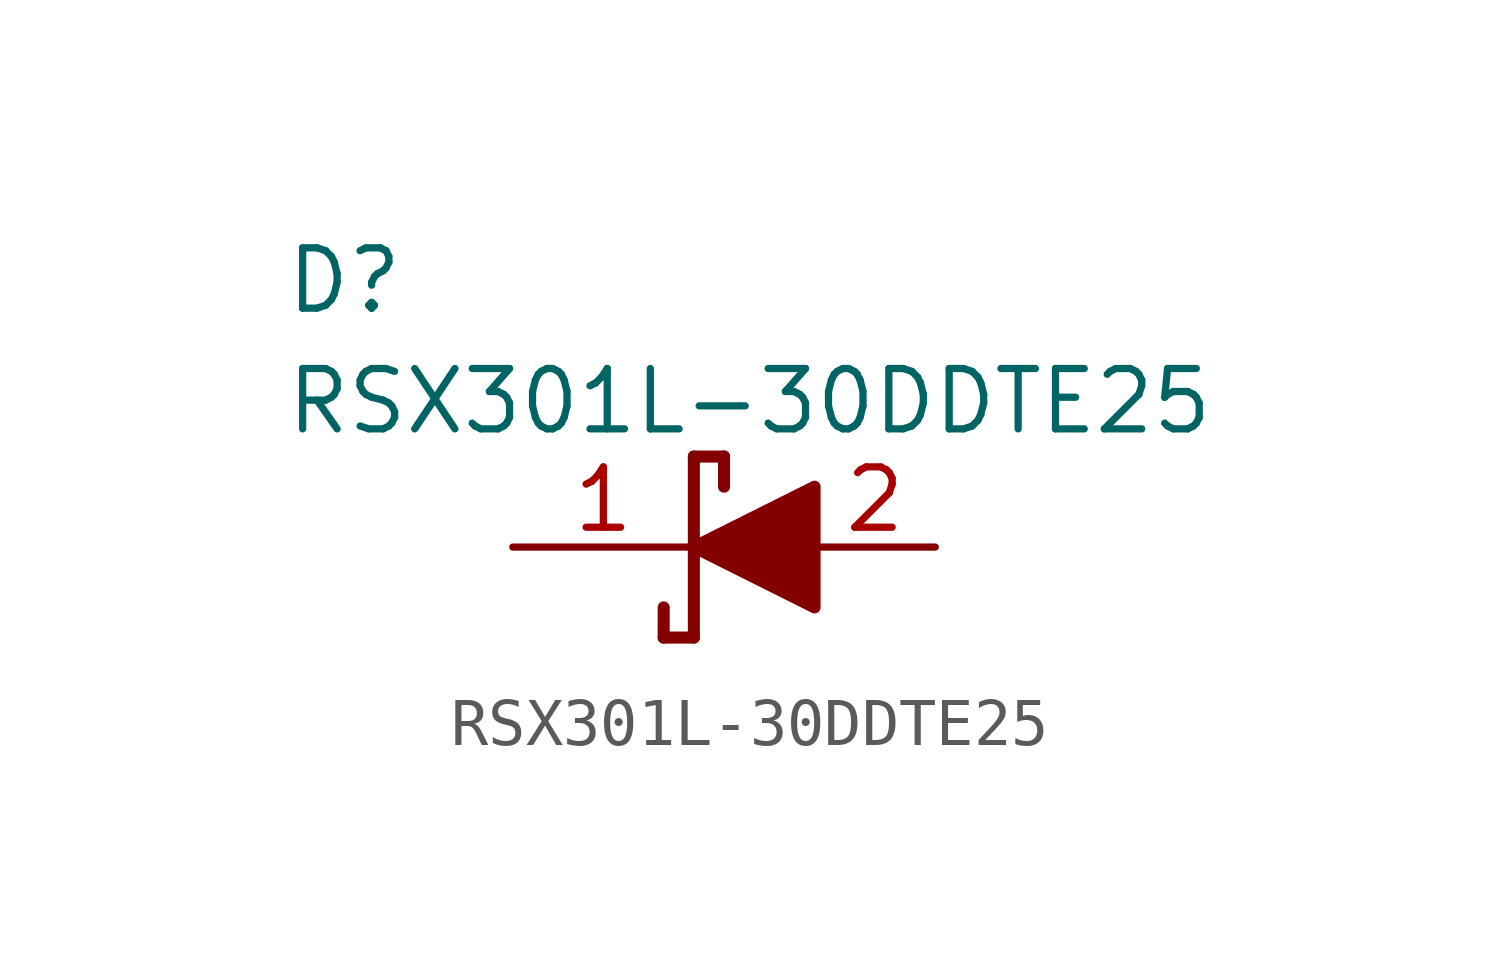
<source format=kicad_sym>
(kicad_symbol_lib
  (version 20231120)
  (generator "kicad_symbol_editor")
  (generator_version "8.0")
  (symbol "RSX301L-30DDTE25"
    (pin_names
      (offset 0.635) hide)
    (property "Reference" "D"
      (at 1.524 6.35 0)
      (effects (font (size 1.27 1.27)) (justify left top)))
    (property "Value" "RSX301L-30DDTE25"
      (at 1.524 3.81 0)
      (effects (font (size 1.27 1.27)) (justify left top)))
    (symbol "RSX301L-30DDTE25_1_1"
      (polyline (pts (xy 9.525 -1.27) (xy 9.525 -1.905)) (stroke (width 0.254) (type default)) (fill (type none)))
      (polyline (pts (xy 10.16 -1.905) (xy 9.525 -1.905)) (stroke (width 0.254) (type default)) (fill (type none)))
      (polyline (pts (xy 10.16 1.905) (xy 10.16 -1.905)) (stroke (width 0.254) (type default)) (fill (type none)))
      (polyline (pts (xy 10.16 1.905) (xy 10.795 1.905)) (stroke (width 0.254) (type default)) (fill (type none)))
      (polyline (pts (xy 10.795 1.27) (xy 10.795 1.905)) (stroke (width 0.254) (type default)) (fill (type none)))
      (polyline (pts (xy 10.16 0) (xy 12.7 1.27) (xy 12.7 -1.27) (xy 10.16 0)) (stroke (width 0.254) (type default)) (fill (type outline)))
      (pin passive line (at 6.35 0 0) (length 3.81) (name "K" (effects (font (size 1.27 1.27)))) (number "1" (effects (font (size 1.27 1.27)))))
      (pin passive line (at 15.24 0 180) (length 2.54) (name "A" (effects (font (size 1.27 1.27)))) (number "2" (effects (font (size 1.27 1.27))))))))
</source>
